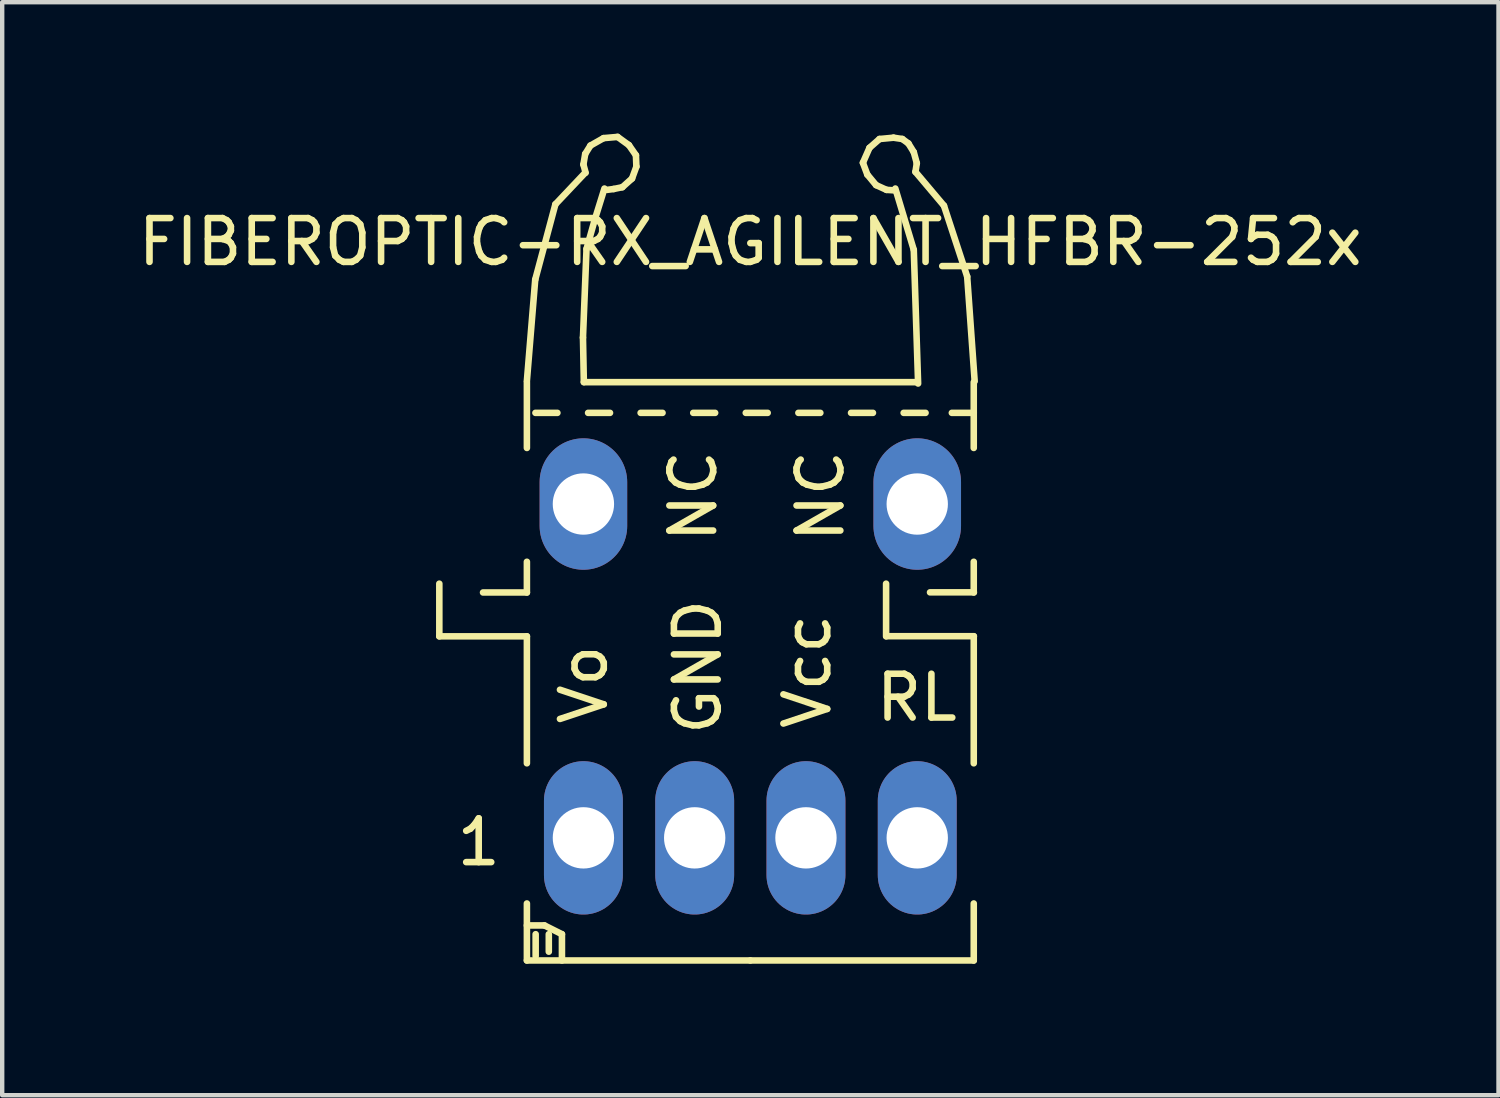
<source format=kicad_pcb>
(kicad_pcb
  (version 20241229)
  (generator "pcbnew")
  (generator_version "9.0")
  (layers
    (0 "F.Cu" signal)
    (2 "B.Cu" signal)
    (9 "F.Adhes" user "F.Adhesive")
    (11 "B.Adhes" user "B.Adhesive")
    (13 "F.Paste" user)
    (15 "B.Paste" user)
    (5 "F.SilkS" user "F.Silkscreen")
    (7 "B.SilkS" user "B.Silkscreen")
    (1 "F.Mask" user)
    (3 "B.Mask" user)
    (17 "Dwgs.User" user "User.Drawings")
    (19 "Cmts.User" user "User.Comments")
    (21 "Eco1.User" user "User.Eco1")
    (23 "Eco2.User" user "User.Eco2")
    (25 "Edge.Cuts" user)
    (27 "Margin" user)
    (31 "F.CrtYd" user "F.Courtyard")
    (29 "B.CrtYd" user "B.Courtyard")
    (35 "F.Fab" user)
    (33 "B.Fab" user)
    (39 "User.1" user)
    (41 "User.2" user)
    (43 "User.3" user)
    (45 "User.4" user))
  (footprint "FIBEROPTIC-RX_AGILENT_HFBR-252x"
    (layer "F.Cu")
    (at 14.077 10.474)
    (property "Reference" "FIBEROPTIC-RX_AGILENT_HFBR-252x" (at 0 -8.001 0) (layer "F.SilkS") (effects (font (size 1 1) (thickness 0.15))))
    (attr through_hole)
    (fp_line (start -7.099 1.001) (end -7.099 -0.201) (stroke (width 0.15) (type solid)) (layer "F.SilkS"))
    (fp_line (start -6.101 0) (end -5.1 0) (stroke (width 0.15) (type solid)) (layer "F.SilkS"))
    (fp_line (start -5.1 -4.831) (end -4.91 -7.14) (stroke (width 0.15) (type solid)) (layer "F.SilkS"))
    (fp_line (start -5.1 -4.801) (end -5.1 -3.299) (stroke (width 0.15) (type solid)) (layer "F.SilkS"))
    (fp_line (start -5.1 0) (end -5.1 -0.701) (stroke (width 0.15) (type solid)) (layer "F.SilkS"))
    (fp_line (start -5.1 1.001) (end -7.099 1.001) (stroke (width 0.15) (type solid)) (layer "F.SilkS"))
    (fp_line (start -5.1 1.001) (end -5.1 3.899) (stroke (width 0.15) (type solid)) (layer "F.SilkS"))
    (fp_line (start -5.1 7.6) (end -4.699 7.6) (stroke (width 0.15) (type solid)) (layer "F.SilkS"))
    (fp_line (start -5.1 8.4) (end -5.1 7.099) (stroke (width 0.15) (type solid)) (layer "F.SilkS"))
    (fp_line (start -4.91 -7.14) (end -4.45 -8.86) (stroke (width 0.15) (type solid)) (layer "F.SilkS"))
    (fp_line (start -4.9 7.8) (end -4.9 8.301) (stroke (width 0.15) (type solid)) (layer "F.SilkS"))
    (fp_line (start -4.699 7.6) (end -4.3 7.8) (stroke (width 0.15) (type solid)) (layer "F.SilkS"))
    (fp_line (start -4.6 7.8) (end -4.6 8.199) (stroke (width 0.15) (type solid)) (layer "F.SilkS"))
    (fp_line (start -4.45 -8.86) (end -3.769 -9.581) (stroke (width 0.15) (type solid)) (layer "F.SilkS"))
    (fp_line (start -4.404 -4.1) (end -4.905 -4.1) (stroke (width 0.15) (type solid)) (layer "F.SilkS"))
    (fp_line (start -4.3 7.8) (end -4.3 8.4) (stroke (width 0.15) (type solid)) (layer "F.SilkS"))
    (fp_line (start -3.82 -5.819) (end -3.739 -7.841) (stroke (width 0.15) (type solid)) (layer "F.SilkS"))
    (fp_line (start -3.81 -9.769) (end -3.759 -9.581) (stroke (width 0.15) (type solid)) (layer "F.SilkS"))
    (fp_line (start -3.8 -4.801) (end -3.82 -5.819) (stroke (width 0.15) (type solid)) (layer "F.SilkS"))
    (fp_line (start -3.769 -10.01) (end -3.81 -9.769) (stroke (width 0.15) (type solid)) (layer "F.SilkS"))
    (fp_line (start -3.739 -7.841) (end -3.551 -8.509) (stroke (width 0.15) (type solid)) (layer "F.SilkS"))
    (fp_line (start -3.65 -10.201) (end -3.769 -10.01) (stroke (width 0.15) (type solid)) (layer "F.SilkS"))
    (fp_line (start -3.551 -8.509) (end -3.33 -9.22) (stroke (width 0.15) (type solid)) (layer "F.SilkS"))
    (fp_line (start -3.35 -10.371) (end -3.65 -10.201) (stroke (width 0.15) (type solid)) (layer "F.SilkS"))
    (fp_line (start -3.269 -9.19) (end -3.119 -9.21) (stroke (width 0.15) (type solid)) (layer "F.SilkS"))
    (fp_line (start -3.203 -4.1) (end -3.703 -4.1) (stroke (width 0.15) (type solid)) (layer "F.SilkS"))
    (fp_line (start -3.119 -9.21) (end -2.921 -9.251) (stroke (width 0.15) (type solid)) (layer "F.SilkS"))
    (fp_line (start -3.03 -10.399) (end -3.35 -10.371) (stroke (width 0.15) (type solid)) (layer "F.SilkS"))
    (fp_line (start -2.921 -9.251) (end -2.7 -9.449) (stroke (width 0.15) (type solid)) (layer "F.SilkS"))
    (fp_line (start -2.771 -10.211) (end -3.03 -10.399) (stroke (width 0.15) (type solid)) (layer "F.SilkS"))
    (fp_line (start -2.7 -9.449) (end -2.601 -9.721) (stroke (width 0.15) (type solid)) (layer "F.SilkS"))
    (fp_line (start -2.611 -9.98) (end -2.771 -10.211) (stroke (width 0.15) (type solid)) (layer "F.SilkS"))
    (fp_line (start -2.601 -9.721) (end -2.611 -9.98) (stroke (width 0.15) (type solid)) (layer "F.SilkS"))
    (fp_line (start -2.004 -4.1) (end -2.504 -4.1) (stroke (width 0.15) (type solid)) (layer "F.SilkS"))
    (fp_line (start -0.803 -4.1) (end -1.303 -4.1) (stroke (width 0.15) (type solid)) (layer "F.SilkS"))
    (fp_line (start 0 8.4) (end -5.1 8.4) (stroke (width 0.15) (type solid)) (layer "F.SilkS"))
    (fp_line (start 0 8.4) (end 5.1 8.4) (stroke (width 0.15) (type solid)) (layer "F.SilkS"))
    (fp_line (start 0.396 -4.1) (end -0.104 -4.1) (stroke (width 0.15) (type solid)) (layer "F.SilkS"))
    (fp_line (start 1.598 -4.1) (end 1.097 -4.1) (stroke (width 0.15) (type solid)) (layer "F.SilkS"))
    (fp_line (start 2.57 -9.809) (end 2.67 -9.54) (stroke (width 0.15) (type solid)) (layer "F.SilkS"))
    (fp_line (start 2.67 -9.54) (end 2.87 -9.299) (stroke (width 0.15) (type solid)) (layer "F.SilkS"))
    (fp_line (start 2.72 -10.15) (end 2.57 -9.809) (stroke (width 0.15) (type solid)) (layer "F.SilkS"))
    (fp_line (start 2.799 -4.1) (end 2.299 -4.1) (stroke (width 0.15) (type solid)) (layer "F.SilkS"))
    (fp_line (start 2.87 -9.299) (end 3.109 -9.19) (stroke (width 0.15) (type solid)) (layer "F.SilkS"))
    (fp_line (start 2.949 -10.351) (end 2.72 -10.15) (stroke (width 0.15) (type solid)) (layer "F.SilkS"))
    (fp_line (start 3.099 1.001) (end 3.099 -0.201) (stroke (width 0.15) (type solid)) (layer "F.SilkS"))
    (fp_line (start 3.109 -9.19) (end 3.269 -9.18) (stroke (width 0.15) (type solid)) (layer "F.SilkS"))
    (fp_line (start 3.269 -10.381) (end 2.949 -10.351) (stroke (width 0.15) (type solid)) (layer "F.SilkS"))
    (fp_line (start 3.47 -10.351) (end 3.269 -10.381) (stroke (width 0.15) (type solid)) (layer "F.SilkS"))
    (fp_line (start 3.609 -10.249) (end 3.47 -10.351) (stroke (width 0.15) (type solid)) (layer "F.SilkS"))
    (fp_line (start 3.731 -10.051) (end 3.609 -10.249) (stroke (width 0.15) (type solid)) (layer "F.SilkS"))
    (fp_line (start 3.731 -7.821) (end 3.31 -9.22) (stroke (width 0.15) (type solid)) (layer "F.SilkS"))
    (fp_line (start 3.769 -9.601) (end 3.8 -9.799) (stroke (width 0.15) (type solid)) (layer "F.SilkS"))
    (fp_line (start 3.8 -9.799) (end 3.731 -10.051) (stroke (width 0.15) (type solid)) (layer "F.SilkS"))
    (fp_line (start 3.8 -4.801) (end -3.8 -4.801) (stroke (width 0.15) (type solid)) (layer "F.SilkS"))
    (fp_line (start 3.83 -4.77) (end 3.731 -7.821) (stroke (width 0.15) (type solid)) (layer "F.SilkS"))
    (fp_line (start 4 -4.1) (end 3.5 -4.1) (stroke (width 0.15) (type solid)) (layer "F.SilkS"))
    (fp_line (start 4.102 -0.003) (end 5.103 -0.003) (stroke (width 0.15) (type solid)) (layer "F.SilkS"))
    (fp_line (start 4.42 -8.829) (end 3.769 -9.601) (stroke (width 0.15) (type solid)) (layer "F.SilkS"))
    (fp_line (start 4.95 -7.211) (end 4.42 -8.829) (stroke (width 0.15) (type solid)) (layer "F.SilkS"))
    (fp_line (start 5.1 -4.1) (end 4.6 -4.1) (stroke (width 0.15) (type solid)) (layer "F.SilkS"))
    (fp_line (start 5.1 -3.299) (end 5.1 -4.801) (stroke (width 0.15) (type solid)) (layer "F.SilkS"))
    (fp_line (start 5.1 0) (end 5.1 -0.701) (stroke (width 0.15) (type solid)) (layer "F.SilkS"))
    (fp_line (start 5.1 3.899) (end 5.1 1.001) (stroke (width 0.15) (type solid)) (layer "F.SilkS"))
    (fp_line (start 5.1 8.4) (end 5.1 7.099) (stroke (width 0.15) (type solid)) (layer "F.SilkS"))
    (fp_line (start 5.103 0.998) (end 3.104 0.998) (stroke (width 0.15) (type solid)) (layer "F.SilkS"))
    (fp_line (start 5.121 -4.821) (end 4.95 -7.211) (stroke (width 0.15) (type solid)) (layer "F.SilkS"))
    (fp_text user "Vcc" (at 1.3 1.801 90) (layer "F.SilkS") (effects (font (size 1 1) (thickness 0.15))))
    (fp_text user "RL" (at 3.8 2.4 0) (layer "F.SilkS") (effects (font (size 1 1) (thickness 0.15))))
    (fp_text user "Vo" (at -3.8 2.101 90) (layer "F.SilkS") (effects (font (size 1 1) (thickness 0.15))))
    (fp_text user "NC" (at 1.6 -2.2 90) (layer "F.SilkS") (effects (font (size 1 1) (thickness 0.15))))
    (fp_text user "NC" (at -1.303 -2.2 90) (layer "F.SilkS") (effects (font (size 1 1) (thickness 0.15))))
    (fp_text user "1" (at -6.2 5.7 0) (layer "F.SilkS") (effects (font (size 1 1) (thickness 0.15))))
    (fp_text user "GND" (at -1.199 1.699 90) (layer "F.SilkS") (effects (font (size 1 1) (thickness 0.15))))
    (pad "1" thru_hole oval (at -3.81 5.601) (size 1.801 3.5) (drill 1.4) (layers "*.Cu" "*.Mask"))
    (pad "2" thru_hole oval (at -1.27 5.601) (size 1.801 3.5) (drill 1.4) (layers "*.Cu" "*.Mask"))
    (pad "3" thru_hole oval (at 1.27 5.601) (size 1.801 3.5) (drill 1.4) (layers "*.Cu" "*.Mask"))
    (pad "4" thru_hole oval (at 3.81 5.601) (size 1.801 3.5) (drill 1.4) (layers "*.Cu" "*.Mask"))
    (pad "5" thru_hole oval (at 3.81 -2.019) (size 1.999 3) (drill 1.4) (layers "*.Cu" "*.Mask"))
    (pad "6" thru_hole oval (at -3.81 -2.019) (size 1.999 3) (drill 1.4) (layers "*.Cu" "*.Mask")))
  (gr_rect
    (start -3 -3)
    (end 31.155 21.949)
    (stroke (width 0.1) (type default))
    (fill no)
    (layer "Edge.Cuts")))
</source>
